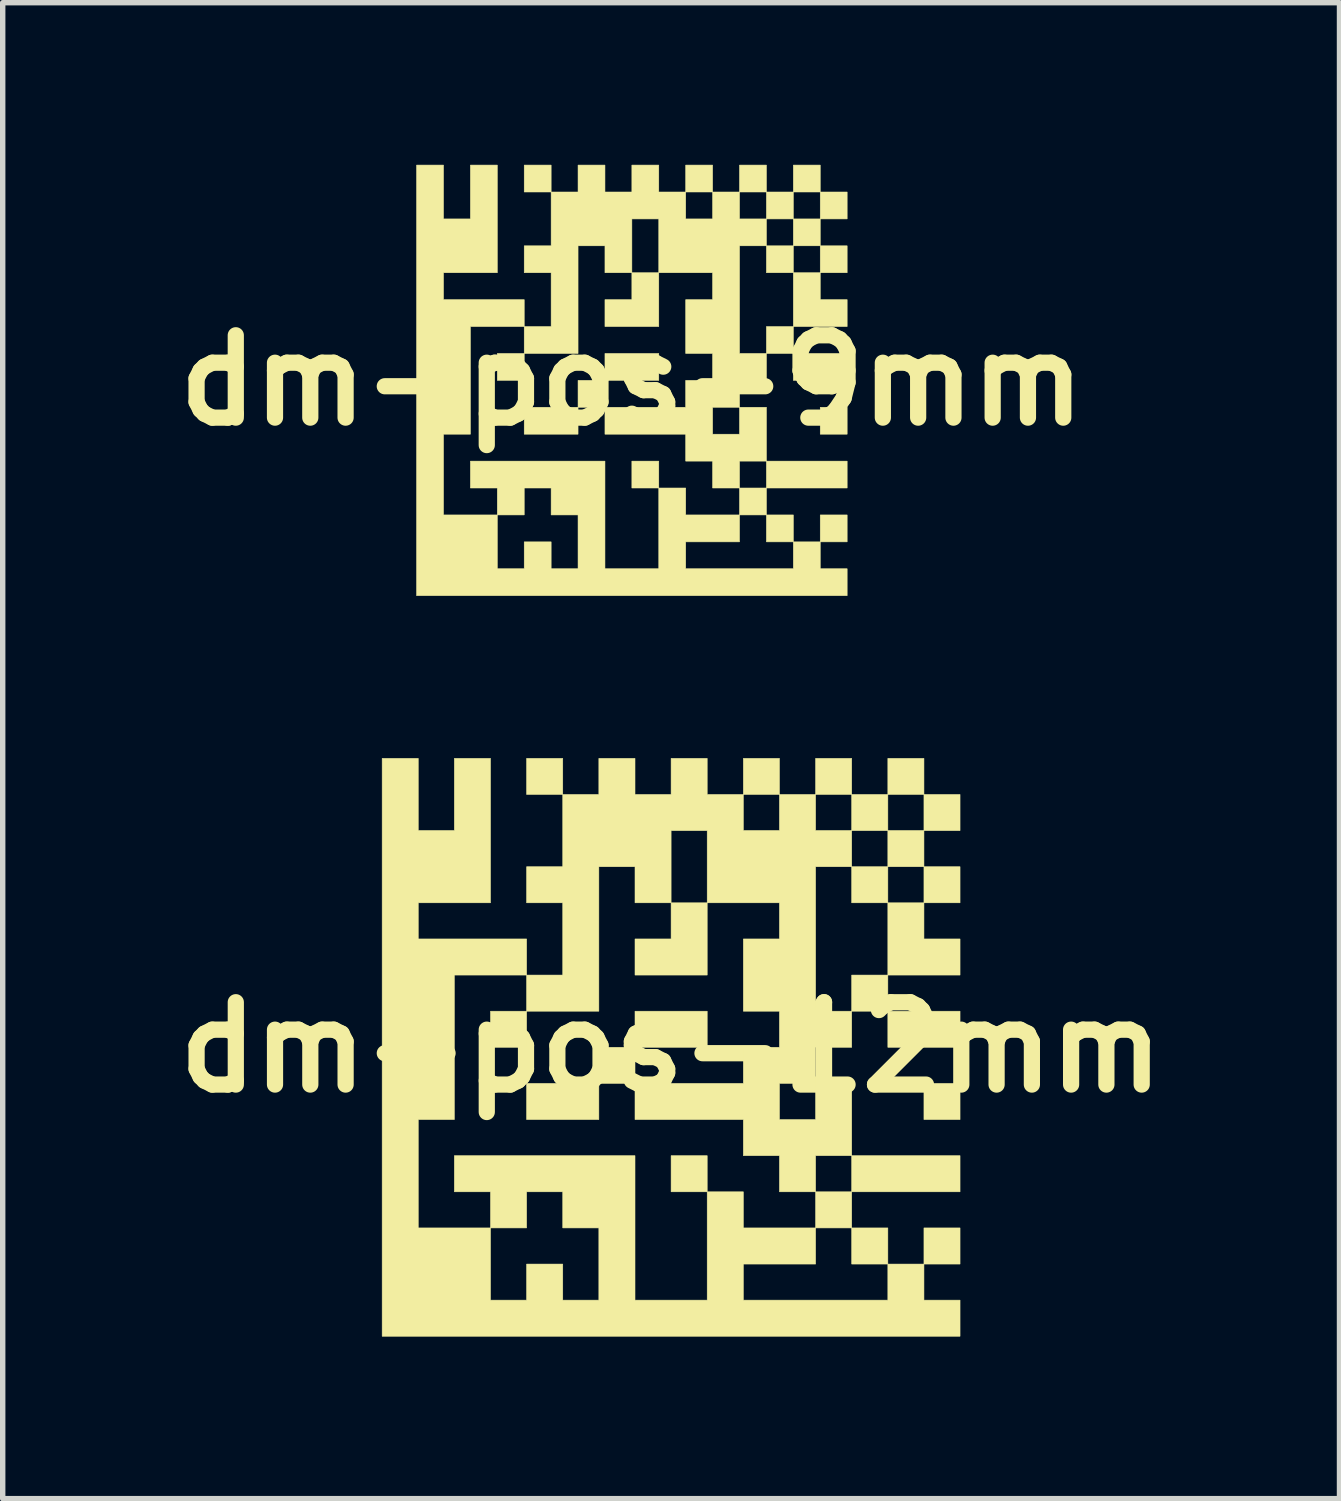
<source format=kicad_pcb>
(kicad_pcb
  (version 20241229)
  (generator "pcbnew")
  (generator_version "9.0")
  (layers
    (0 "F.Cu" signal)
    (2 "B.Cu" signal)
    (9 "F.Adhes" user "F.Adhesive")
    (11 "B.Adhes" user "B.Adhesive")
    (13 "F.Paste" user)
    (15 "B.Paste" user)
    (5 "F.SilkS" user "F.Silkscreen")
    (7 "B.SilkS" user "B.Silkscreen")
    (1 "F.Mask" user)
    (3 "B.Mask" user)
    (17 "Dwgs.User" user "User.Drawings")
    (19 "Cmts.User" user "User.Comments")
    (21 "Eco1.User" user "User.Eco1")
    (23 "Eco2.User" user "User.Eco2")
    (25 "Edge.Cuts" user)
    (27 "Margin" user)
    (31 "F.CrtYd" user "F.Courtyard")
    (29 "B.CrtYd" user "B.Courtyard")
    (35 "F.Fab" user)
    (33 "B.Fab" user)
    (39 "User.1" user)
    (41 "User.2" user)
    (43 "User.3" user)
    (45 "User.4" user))
  (footprint "dm-pos-9mm"
    (layer "F.Cu")
    (at 8.643 3.989)
    (property "Reference" "dm-pos-9mm" (at 0 0 0) (layer "F.SilkS") (effects (font (size 1.524 1.524) (thickness 0.3))))
    (attr through_hole)
    (fp_poly (pts (xy -1.992 -3.486) (xy -1.992 -3.984) (xy -1.494 -3.984) (xy -1.494 -3.486) (xy -1.992 -3.486)) (stroke (width 0.01) (type solid)) (fill yes) (layer "F.SilkS"))
    (fp_poly (pts (xy -1.992 0) (xy -2.49 0) (xy -2.49 -0.498) (xy -1.992 -0.498) (xy -1.992 0)) (stroke (width 0.01) (type solid)) (fill yes) (layer "F.SilkS"))
    (fp_poly (pts (xy -0.996 0) (xy -0.498 0) (xy -0.498 0.498) (xy -0.996 0.498) (xy -0.996 0)) (stroke (width 0.01) (type solid)) (fill yes) (layer "F.SilkS"))
    (fp_poly (pts (xy -0.996 0.996) (xy -1.992 0.996) (xy -1.992 0.498) (xy -0.996 0.498) (xy -0.996 0.996)) (stroke (width 0.01) (type solid)) (fill yes) (layer "F.SilkS"))
    (fp_poly (pts (xy -0.498 -0.498) (xy 0.498 -0.498) (xy 0.498 0) (xy -0.498 0) (xy -0.498 -0.498)) (stroke (width 0.01) (type solid)) (fill yes) (layer "F.SilkS"))
    (fp_poly (pts (xy 0.498 1.992) (xy 0 1.992) (xy 0 1.494) (xy 0.498 1.494) (xy 0.498 1.992)) (stroke (width 0.01) (type solid)) (fill yes) (layer "F.SilkS"))
    (fp_poly (pts (xy 2.49 1.494) (xy 3.984 1.494) (xy 3.984 1.992) (xy 2.49 1.992) (xy 2.49 1.494)) (stroke (width 0.01) (type solid)) (fill yes) (layer "F.SilkS"))
    (fp_poly (pts (xy 2.49 2.49) (xy 1.992 2.49) (xy 1.992 1.992) (xy 2.49 1.992) (xy 2.49 2.49)) (stroke (width 0.01) (type solid)) (fill yes) (layer "F.SilkS"))
    (fp_poly (pts (xy 2.988 -3.984) (xy 3.486 -3.984) (xy 3.486 -3.486) (xy 2.988 -3.486) (xy 2.988 -3.984)) (stroke (width 0.01) (type solid)) (fill yes) (layer "F.SilkS"))
    (fp_poly (pts (xy 2.988 -1.992) (xy 2.49 -1.992) (xy 2.49 -2.49) (xy 2.988 -2.49) (xy 2.988 -1.992)) (stroke (width 0.01) (type solid)) (fill yes) (layer "F.SilkS"))
    (fp_poly (pts (xy 2.988 -0.498) (xy 2.49 -0.498) (xy 2.49 -0.996) (xy 2.988 -0.996) (xy 2.988 -0.498)) (stroke (width 0.01) (type solid)) (fill yes) (layer "F.SilkS"))
    (fp_poly (pts (xy 2.988 2.49) (xy 2.988 2.988) (xy 2.49 2.988) (xy 2.49 2.49) (xy 2.988 2.49)) (stroke (width 0.01) (type solid)) (fill yes) (layer "F.SilkS"))
    (fp_poly (pts (xy 3.486 -3.486) (xy 3.984 -3.486) (xy 3.984 -2.988) (xy 3.486 -2.988) (xy 3.486 -3.486)) (stroke (width 0.01) (type solid)) (fill yes) (layer "F.SilkS"))
    (fp_poly (pts (xy 3.486 -2.49) (xy 2.988 -2.49) (xy 2.988 -2.988) (xy 3.486 -2.988) (xy 3.486 -2.49)) (stroke (width 0.01) (type solid)) (fill yes) (layer "F.SilkS"))
    (fp_poly (pts (xy 3.486 2.49) (xy 3.984 2.49) (xy 3.984 2.988) (xy 3.486 2.988) (xy 3.486 2.49)) (stroke (width 0.01) (type solid)) (fill yes) (layer "F.SilkS"))
    (fp_poly (pts (xy 3.984 -2.49) (xy 3.984 -1.992) (xy 3.486 -1.992) (xy 3.486 -2.49) (xy 3.984 -2.49)) (stroke (width 0.01) (type solid)) (fill yes) (layer "F.SilkS"))
    (fp_poly (pts (xy 3.984 0) (xy 2.988 0) (xy 2.988 -0.498) (xy 3.984 -0.498) (xy 3.984 0)) (stroke (width 0.01) (type solid)) (fill yes) (layer "F.SilkS"))
    (fp_poly (pts (xy 3.984 0.996) (xy 3.486 0.996) (xy 3.486 0.498) (xy 3.984 0.498) (xy 3.984 0.996)) (stroke (width 0.01) (type solid)) (fill yes) (layer "F.SilkS"))
    (fp_poly (pts (xy 0.498 -0.996) (xy -0.498 -0.996) (xy -0.498 -1.494) (xy 0 -1.494) (xy 0 -1.992) (xy 0.498 -1.992) (xy 0.498 -0.996)) (stroke (width 0.01) (type solid)) (fill yes) (layer "F.SilkS"))
    (fp_poly (pts (xy 3.486 -1.494) (xy 3.984 -1.494) (xy 3.984 -0.996) (xy 2.988 -0.996) (xy 2.988 -1.992) (xy 3.486 -1.992) (xy 3.486 -1.494)) (stroke (width 0.01) (type solid)) (fill yes) (layer "F.SilkS"))
    (fp_poly (pts (xy -2.988 -0.996) (xy -2.988 0.996) (xy -3.486 0.996) (xy -3.486 2.49) (xy -2.49 2.49) (xy -2.49 1.992) (xy -2.988 1.992) (xy -2.988 1.494) (xy -0.498 1.494) (xy -0.498 3.486) (xy 0.498 3.486) (xy 0.498 1.992) (xy 0.996 1.992) (xy 0.996 2.49) (xy 1.992 2.49) (xy 1.992 2.988) (xy 0.996 2.988) (xy 0.996 3.486) (xy 2.988 3.486) (xy 2.988 2.988) (xy 3.486 2.988) (xy 3.486 3.486) (xy 3.984 3.486) (xy 3.984 3.984) (xy -3.984 3.984) (xy -3.984 3.486) (xy -2.49 3.486) (xy -1.992 3.486) (xy -1.992 2.988) (xy -1.494 2.988) (xy -1.494 3.486) (xy -0.996 3.486) (xy -0.996 2.49) (xy -1.494 2.49) (xy -1.494 1.992) (xy -1.992 1.992) (xy -1.992 2.49) (xy -2.49 2.49) (xy -2.49 3.486) (xy -3.984 3.486) (xy -3.984 -3.984) (xy -3.486 -3.984) (xy -3.486 -2.988) (xy -2.988 -2.988) (xy -2.988 -3.984) (xy -2.49 -3.984) (xy -2.49 -1.992) (xy -3.486 -1.992) (xy -3.486 -1.494) (xy -1.992 -1.494) (xy -1.992 -0.996) (xy -2.988 -0.996)) (stroke (width 0.01) (type solid)) (fill yes) (layer "F.SilkS"))
    (fp_poly (pts (xy -0.996 -3.486) (xy -0.996 -3.984) (xy -0.498 -3.984) (xy -0.498 -3.486) (xy 0 -3.486) (xy 0 -3.984) (xy 0.498 -3.984) (xy 0.498 -3.486) (xy 0.996 -3.486) (xy 0.996 -2.988) (xy 1.494 -2.988) (xy 1.494 -3.486) (xy 0.996 -3.486) (xy 0.996 -3.984) (xy 1.494 -3.984) (xy 1.494 -3.486) (xy 1.992 -3.486) (xy 1.992 -2.988) (xy 2.49 -2.988) (xy 2.49 -3.486) (xy 1.992 -3.486) (xy 1.992 -3.984) (xy 2.49 -3.984) (xy 2.49 -3.486) (xy 2.988 -3.486) (xy 2.988 -2.988) (xy 2.49 -2.988) (xy 2.49 -2.49) (xy 1.992 -2.49) (xy 1.992 -0.498) (xy 2.49 -0.498) (xy 2.49 0) (xy 1.992 0) (xy 1.992 0.498) (xy 2.49 0.498) (xy 2.49 1.494) (xy 1.992 1.494) (xy 1.992 1.992) (xy 1.494 1.992) (xy 1.494 1.494) (xy 0.996 1.494) (xy 0.996 0.996) (xy -0.498 0.996) (xy -0.498 0.498) (xy 0.996 0.498) (xy 1.494 0.498) (xy 1.494 0.996) (xy 1.992 0.996) (xy 1.992 0.498) (xy 1.494 0.498) (xy 0.996 0.498) (xy 0.996 0) (xy 1.494 0) (xy 1.494 -0.498) (xy 0.996 -0.498) (xy 0.996 -1.494) (xy 1.494 -1.494) (xy 1.494 -1.992) (xy 0.498 -1.992) (xy 0.498 -2.988) (xy 0 -2.988) (xy 0 -1.992) (xy -0.498 -1.992) (xy -0.498 -2.49) (xy -0.996 -2.49) (xy -0.996 -0.498) (xy -1.992 -0.498) (xy -1.992 -0.996) (xy -1.494 -0.996) (xy -1.494 -1.992) (xy -1.992 -1.992) (xy -1.992 -2.49) (xy -1.494 -2.49) (xy -1.494 -3.486) (xy -0.996 -3.486)) (stroke (width 0.01) (type solid)) (fill yes) (layer "F.SilkS")))
  (footprint "dm-pos-12mm"
    (layer "F.Cu")
    (at 9.369 16.331)
    (property "Reference" "dm-pos-12mm" (at 0 0 0) (layer "F.SilkS") (effects (font (size 1.524 1.524) (thickness 0.3))))
    (attr through_hole)
    (fp_poly (pts (xy -2.674 -4.679) (xy -2.674 -5.347) (xy -2.005 -5.347) (xy -2.005 -4.679) (xy -2.674 -4.679)) (stroke (width 0.01) (type solid)) (fill yes) (layer "F.SilkS"))
    (fp_poly (pts (xy -2.674 0) (xy -3.342 0) (xy -3.342 -0.668) (xy -2.674 -0.668) (xy -2.674 0)) (stroke (width 0.01) (type solid)) (fill yes) (layer "F.SilkS"))
    (fp_poly (pts (xy -1.337 0) (xy -0.668 0) (xy -0.668 0.668) (xy -1.337 0.668) (xy -1.337 0)) (stroke (width 0.01) (type solid)) (fill yes) (layer "F.SilkS"))
    (fp_poly (pts (xy -1.337 1.337) (xy -2.674 1.337) (xy -2.674 0.668) (xy -1.337 0.668) (xy -1.337 1.337)) (stroke (width 0.01) (type solid)) (fill yes) (layer "F.SilkS"))
    (fp_poly (pts (xy -0.668 -0.668) (xy 0.668 -0.668) (xy 0.668 0) (xy -0.668 0) (xy -0.668 -0.668)) (stroke (width 0.01) (type solid)) (fill yes) (layer "F.SilkS"))
    (fp_poly (pts (xy 0.668 2.674) (xy 0 2.674) (xy 0 2.005) (xy 0.668 2.005) (xy 0.668 2.674)) (stroke (width 0.01) (type solid)) (fill yes) (layer "F.SilkS"))
    (fp_poly (pts (xy 3.342 2.005) (xy 5.347 2.005) (xy 5.347 2.674) (xy 3.342 2.674) (xy 3.342 2.005)) (stroke (width 0.01) (type solid)) (fill yes) (layer "F.SilkS"))
    (fp_poly (pts (xy 3.342 3.342) (xy 2.674 3.342) (xy 2.674 2.674) (xy 3.342 2.674) (xy 3.342 3.342)) (stroke (width 0.01) (type solid)) (fill yes) (layer "F.SilkS"))
    (fp_poly (pts (xy 4.011 -5.347) (xy 4.679 -5.347) (xy 4.679 -4.679) (xy 4.011 -4.679) (xy 4.011 -5.347)) (stroke (width 0.01) (type solid)) (fill yes) (layer "F.SilkS"))
    (fp_poly (pts (xy 4.011 -2.674) (xy 3.342 -2.674) (xy 3.342 -3.342) (xy 4.011 -3.342) (xy 4.011 -2.674)) (stroke (width 0.01) (type solid)) (fill yes) (layer "F.SilkS"))
    (fp_poly (pts (xy 4.011 -0.668) (xy 3.342 -0.668) (xy 3.342 -1.337) (xy 4.011 -1.337) (xy 4.011 -0.668)) (stroke (width 0.01) (type solid)) (fill yes) (layer "F.SilkS"))
    (fp_poly (pts (xy 4.011 3.342) (xy 4.011 4.011) (xy 3.342 4.011) (xy 3.342 3.342) (xy 4.011 3.342)) (stroke (width 0.01) (type solid)) (fill yes) (layer "F.SilkS"))
    (fp_poly (pts (xy 4.679 -4.679) (xy 5.347 -4.679) (xy 5.347 -4.011) (xy 4.679 -4.011) (xy 4.679 -4.679)) (stroke (width 0.01) (type solid)) (fill yes) (layer "F.SilkS"))
    (fp_poly (pts (xy 4.679 -3.342) (xy 4.011 -3.342) (xy 4.011 -4.011) (xy 4.679 -4.011) (xy 4.679 -3.342)) (stroke (width 0.01) (type solid)) (fill yes) (layer "F.SilkS"))
    (fp_poly (pts (xy 4.679 3.342) (xy 5.347 3.342) (xy 5.347 4.011) (xy 4.679 4.011) (xy 4.679 3.342)) (stroke (width 0.01) (type solid)) (fill yes) (layer "F.SilkS"))
    (fp_poly (pts (xy 5.347 -3.342) (xy 5.347 -2.674) (xy 4.679 -2.674) (xy 4.679 -3.342) (xy 5.347 -3.342)) (stroke (width 0.01) (type solid)) (fill yes) (layer "F.SilkS"))
    (fp_poly (pts (xy 5.347 0) (xy 4.011 0) (xy 4.011 -0.668) (xy 5.347 -0.668) (xy 5.347 0)) (stroke (width 0.01) (type solid)) (fill yes) (layer "F.SilkS"))
    (fp_poly (pts (xy 5.347 1.337) (xy 4.679 1.337) (xy 4.679 0.668) (xy 5.347 0.668) (xy 5.347 1.337)) (stroke (width 0.01) (type solid)) (fill yes) (layer "F.SilkS"))
    (fp_poly (pts (xy 0.668 -1.337) (xy -0.668 -1.337) (xy -0.668 -2.005) (xy 0 -2.005) (xy 0 -2.674) (xy 0.668 -2.674) (xy 0.668 -1.337)) (stroke (width 0.01) (type solid)) (fill yes) (layer "F.SilkS"))
    (fp_poly (pts (xy 4.679 -2.005) (xy 5.347 -2.005) (xy 5.347 -1.337) (xy 4.011 -1.337) (xy 4.011 -2.674) (xy 4.679 -2.674) (xy 4.679 -2.005)) (stroke (width 0.01) (type solid)) (fill yes) (layer "F.SilkS"))
    (fp_poly (pts (xy -4.011 -1.337) (xy -4.011 1.337) (xy -4.679 1.337) (xy -4.679 3.342) (xy -3.342 3.342) (xy -3.342 2.674) (xy -4.011 2.674) (xy -4.011 2.005) (xy -0.668 2.005) (xy -0.668 4.679) (xy 0.668 4.679) (xy 0.668 2.674) (xy 1.337 2.674) (xy 1.337 3.342) (xy 2.674 3.342) (xy 2.674 4.011) (xy 1.337 4.011) (xy 1.337 4.679) (xy 4.011 4.679) (xy 4.011 4.011) (xy 4.679 4.011) (xy 4.679 4.679) (xy 5.347 4.679) (xy 5.347 5.347) (xy -5.347 5.347) (xy -5.347 4.679) (xy -3.342 4.679) (xy -2.674 4.679) (xy -2.674 4.011) (xy -2.005 4.011) (xy -2.005 4.679) (xy -1.337 4.679) (xy -1.337 3.342) (xy -2.005 3.342) (xy -2.005 2.674) (xy -2.674 2.674) (xy -2.674 3.342) (xy -3.342 3.342) (xy -3.342 4.679) (xy -5.347 4.679) (xy -5.347 -5.347) (xy -4.679 -5.347) (xy -4.679 -4.011) (xy -4.011 -4.011) (xy -4.011 -5.347) (xy -3.342 -5.347) (xy -3.342 -2.674) (xy -4.679 -2.674) (xy -4.679 -2.005) (xy -2.674 -2.005) (xy -2.674 -1.337) (xy -4.011 -1.337)) (stroke (width 0.01) (type solid)) (fill yes) (layer "F.SilkS"))
    (fp_poly (pts (xy -1.337 -4.679) (xy -1.337 -5.347) (xy -0.668 -5.347) (xy -0.668 -4.679) (xy 0 -4.679) (xy 0 -5.347) (xy 0.668 -5.347) (xy 0.668 -4.679) (xy 1.337 -4.679) (xy 1.337 -4.011) (xy 2.005 -4.011) (xy 2.005 -4.679) (xy 1.337 -4.679) (xy 1.337 -5.347) (xy 2.005 -5.347) (xy 2.005 -4.679) (xy 2.674 -4.679) (xy 2.674 -4.011) (xy 3.342 -4.011) (xy 3.342 -4.679) (xy 2.674 -4.679) (xy 2.674 -5.347) (xy 3.342 -5.347) (xy 3.342 -4.679) (xy 4.011 -4.679) (xy 4.011 -4.011) (xy 3.342 -4.011) (xy 3.342 -3.342) (xy 2.674 -3.342) (xy 2.674 -0.668) (xy 3.342 -0.668) (xy 3.342 0) (xy 2.674 0) (xy 2.674 0.668) (xy 3.342 0.668) (xy 3.342 2.005) (xy 2.674 2.005) (xy 2.674 2.674) (xy 2.005 2.674) (xy 2.005 2.005) (xy 1.337 2.005) (xy 1.337 1.337) (xy -0.668 1.337) (xy -0.668 0.668) (xy 1.337 0.668) (xy 2.005 0.668) (xy 2.005 1.337) (xy 2.674 1.337) (xy 2.674 0.668) (xy 2.005 0.668) (xy 1.337 0.668) (xy 1.337 0) (xy 2.005 0) (xy 2.005 -0.668) (xy 1.337 -0.668) (xy 1.337 -2.005) (xy 2.005 -2.005) (xy 2.005 -2.674) (xy 0.668 -2.674) (xy 0.668 -4.011) (xy 0 -4.011) (xy 0 -2.674) (xy -0.668 -2.674) (xy -0.668 -3.342) (xy -1.337 -3.342) (xy -1.337 -0.668) (xy -2.674 -0.668) (xy -2.674 -1.337) (xy -2.005 -1.337) (xy -2.005 -2.674) (xy -2.674 -2.674) (xy -2.674 -3.342) (xy -2.005 -3.342) (xy -2.005 -4.679) (xy -1.337 -4.679)) (stroke (width 0.01) (type solid)) (fill yes) (layer "F.SilkS")))
  (gr_rect
    (start -3 -3)
    (end 21.738 24.683)
    (stroke (width 0.1) (type default))
    (fill no)
    (layer "Edge.Cuts")))
</source>
